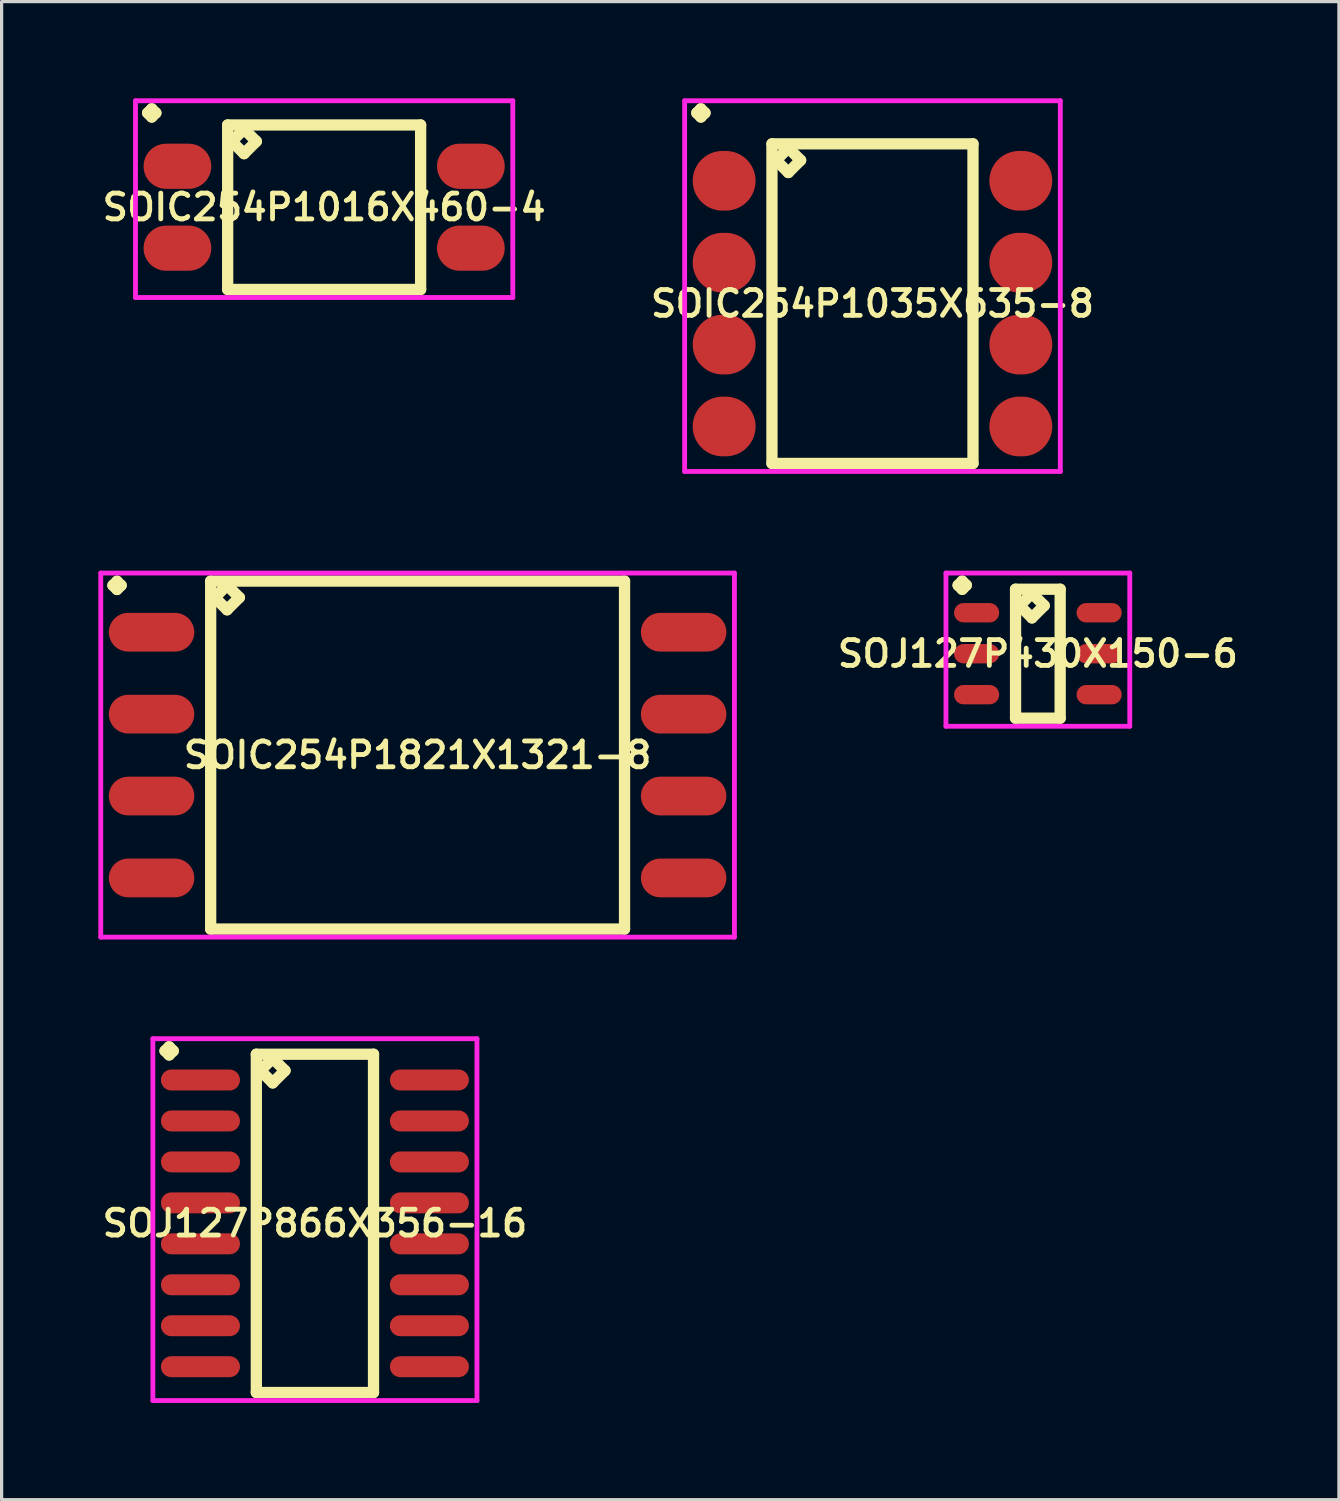
<source format=kicad_pcb>
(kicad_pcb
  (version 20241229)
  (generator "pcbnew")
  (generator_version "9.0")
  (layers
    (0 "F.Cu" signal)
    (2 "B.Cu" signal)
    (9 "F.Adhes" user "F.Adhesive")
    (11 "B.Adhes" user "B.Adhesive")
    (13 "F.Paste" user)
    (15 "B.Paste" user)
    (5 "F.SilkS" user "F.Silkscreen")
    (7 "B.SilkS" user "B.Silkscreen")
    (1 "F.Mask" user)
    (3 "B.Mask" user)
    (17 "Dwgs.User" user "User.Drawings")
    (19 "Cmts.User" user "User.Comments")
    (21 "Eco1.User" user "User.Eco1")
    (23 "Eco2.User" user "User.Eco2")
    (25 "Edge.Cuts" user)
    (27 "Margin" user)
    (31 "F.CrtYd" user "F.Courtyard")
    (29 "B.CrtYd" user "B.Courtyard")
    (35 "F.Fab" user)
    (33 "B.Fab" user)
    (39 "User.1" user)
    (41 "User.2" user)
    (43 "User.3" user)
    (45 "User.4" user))
  (footprint "SOIC254P1016X460-4"
    (layer "F.Cu")
    (at 7.002 3.376)
    (property "Reference" "SOIC254P1016X460-4" (at 0 0 0) (layer "F.SilkS") (effects (font (size 0.8 0.8) (thickness 0.15))))
    (attr smd)
    (fp_line (start -5.473 -2.924) (end -5.346 -3.051) (stroke (width 0.35) (type solid)) (layer "F.SilkS"))
    (fp_line (start -5.346 -3.051) (end -5.219 -2.924) (stroke (width 0.35) (type solid)) (layer "F.SilkS"))
    (fp_line (start -5.346 -2.797) (end -5.473 -2.924) (stroke (width 0.35) (type solid)) (layer "F.SilkS"))
    (fp_line (start -5.219 -2.924) (end -5.346 -2.797) (stroke (width 0.35) (type solid)) (layer "F.SilkS"))
    (fp_line (start -2.992 -2.55) (end -2.992 2.55) (stroke (width 0.35) (type solid)) (layer "F.SilkS"))
    (fp_line (start -2.992 2.55) (end 2.992 2.55) (stroke (width 0.35) (type solid)) (layer "F.SilkS"))
    (fp_line (start -2.865 -2.042) (end -2.484 -2.423) (stroke (width 0.35) (type solid)) (layer "F.SilkS"))
    (fp_line (start -2.484 -2.423) (end -2.103 -2.042) (stroke (width 0.35) (type solid)) (layer "F.SilkS"))
    (fp_line (start -2.484 -1.661) (end -2.865 -2.042) (stroke (width 0.35) (type solid)) (layer "F.SilkS"))
    (fp_line (start -2.103 -2.042) (end -2.484 -1.661) (stroke (width 0.35) (type solid)) (layer "F.SilkS"))
    (fp_line (start 2.992 -2.55) (end -2.992 -2.55) (stroke (width 0.35) (type solid)) (layer "F.SilkS"))
    (fp_line (start 2.992 2.55) (end 2.992 -2.55) (stroke (width 0.35) (type solid)) (layer "F.SilkS"))
    (fp_line (start -5.85 -3.301) (end 5.85 -3.301) (stroke (width 0.15) (type solid)) (layer "F.CrtYd"))
    (fp_line (start -5.85 2.8) (end -5.85 -3.301) (stroke (width 0.15) (type solid)) (layer "F.CrtYd"))
    (fp_line (start 5.85 -3.301) (end 5.85 2.8) (stroke (width 0.15) (type solid)) (layer "F.CrtYd"))
    (fp_line (start 5.85 2.8) (end -5.85 2.8) (stroke (width 0.15) (type solid)) (layer "F.CrtYd"))
    (pad "1" smd oval (at -4.55 -1.27) (size 2.1 1.4) (layers "F.Cu" "F.Mask" "F.Paste"))
    (pad "2" smd oval (at -4.55 1.27) (size 2.1 1.4) (layers "F.Cu" "F.Mask" "F.Paste"))
    (pad "3" smd oval (at 4.55 1.27) (size 2.1 1.4) (layers "F.Cu" "F.Mask" "F.Paste"))
    (pad "4" smd oval (at 4.55 -1.27) (size 2.1 1.4) (layers "F.Cu" "F.Mask" "F.Paste")))
  (footprint "SOJ127P430X150-6"
    (layer "F.Cu")
    (at 29.135 17.222)
    (property "Reference" "SOJ127P430X150-6" (at 0 0 0) (layer "F.SilkS") (effects (font (size 0.8 0.8) (thickness 0.15))))
    (attr smd)
    (fp_line (start -2.473 -2.124) (end -2.346 -2.251) (stroke (width 0.35) (type solid)) (layer "F.SilkS"))
    (fp_line (start -2.346 -2.251) (end -2.219 -2.124) (stroke (width 0.35) (type solid)) (layer "F.SilkS"))
    (fp_line (start -2.346 -1.997) (end -2.473 -2.124) (stroke (width 0.35) (type solid)) (layer "F.SilkS"))
    (fp_line (start -2.219 -2.124) (end -2.346 -1.997) (stroke (width 0.35) (type solid)) (layer "F.SilkS"))
    (fp_line (start -0.692 -2) (end -0.692 2) (stroke (width 0.35) (type solid)) (layer "F.SilkS"))
    (fp_line (start -0.692 2) (end 0.692 2) (stroke (width 0.35) (type solid)) (layer "F.SilkS"))
    (fp_line (start -0.565 -1.492) (end -0.184 -1.873) (stroke (width 0.35) (type solid)) (layer "F.SilkS"))
    (fp_line (start -0.184 -1.873) (end 0.197 -1.492) (stroke (width 0.35) (type solid)) (layer "F.SilkS"))
    (fp_line (start -0.184 -1.111) (end -0.565 -1.492) (stroke (width 0.35) (type solid)) (layer "F.SilkS"))
    (fp_line (start 0.197 -1.492) (end -0.184 -1.111) (stroke (width 0.35) (type solid)) (layer "F.SilkS"))
    (fp_line (start 0.692 -2) (end -0.692 -2) (stroke (width 0.35) (type solid)) (layer "F.SilkS"))
    (fp_line (start 0.692 2) (end 0.692 -2) (stroke (width 0.35) (type solid)) (layer "F.SilkS"))
    (fp_line (start -2.85 -2.501) (end 2.85 -2.501) (stroke (width 0.15) (type solid)) (layer "F.CrtYd"))
    (fp_line (start -2.85 2.25) (end -2.85 -2.501) (stroke (width 0.15) (type solid)) (layer "F.CrtYd"))
    (fp_line (start 2.85 -2.501) (end 2.85 2.25) (stroke (width 0.15) (type solid)) (layer "F.CrtYd"))
    (fp_line (start 2.85 2.25) (end -2.85 2.25) (stroke (width 0.15) (type solid)) (layer "F.CrtYd"))
    (pad "1" smd oval (at -1.9 -1.27) (size 1.4 0.6) (layers "F.Cu" "F.Mask" "F.Paste"))
    (pad "2" smd oval (at -1.9 0) (size 1.4 0.6) (layers "F.Cu" "F.Mask" "F.Paste"))
    (pad "3" smd oval (at -1.9 1.27) (size 1.4 0.6) (layers "F.Cu" "F.Mask" "F.Paste"))
    (pad "4" smd oval (at 1.9 1.27) (size 1.4 0.6) (layers "F.Cu" "F.Mask" "F.Paste"))
    (pad "5" smd oval (at 1.9 0) (size 1.4 0.6) (layers "F.Cu" "F.Mask" "F.Paste"))
    (pad "6" smd oval (at 1.9 -1.27) (size 1.4 0.6) (layers "F.Cu" "F.Mask" "F.Paste")))
  (footprint "SOIC254P1821X1321-8"
    (layer "F.Cu")
    (at 9.9 20.366)
    (property "Reference" "SOIC254P1821X1321-8" (at 0 0 0) (layer "F.SilkS") (effects (font (size 0.8 0.8) (thickness 0.15))))
    (attr smd)
    (fp_line (start -9.448 -5.264) (end -9.321 -5.391) (stroke (width 0.35) (type solid)) (layer "F.SilkS"))
    (fp_line (start -9.321 -5.391) (end -9.194 -5.264) (stroke (width 0.35) (type solid)) (layer "F.SilkS"))
    (fp_line (start -9.321 -5.137) (end -9.448 -5.264) (stroke (width 0.35) (type solid)) (layer "F.SilkS"))
    (fp_line (start -9.194 -5.264) (end -9.321 -5.137) (stroke (width 0.35) (type solid)) (layer "F.SilkS"))
    (fp_line (start -6.417 -5.395) (end -6.417 5.395) (stroke (width 0.35) (type solid)) (layer "F.SilkS"))
    (fp_line (start -6.417 5.395) (end 6.417 5.395) (stroke (width 0.35) (type solid)) (layer "F.SilkS"))
    (fp_line (start -6.29 -4.887) (end -5.909 -5.268) (stroke (width 0.35) (type solid)) (layer "F.SilkS"))
    (fp_line (start -5.909 -5.268) (end -5.528 -4.887) (stroke (width 0.35) (type solid)) (layer "F.SilkS"))
    (fp_line (start -5.909 -4.506) (end -6.29 -4.887) (stroke (width 0.35) (type solid)) (layer "F.SilkS"))
    (fp_line (start -5.528 -4.887) (end -5.909 -4.506) (stroke (width 0.35) (type solid)) (layer "F.SilkS"))
    (fp_line (start 6.417 -5.395) (end -6.417 -5.395) (stroke (width 0.35) (type solid)) (layer "F.SilkS"))
    (fp_line (start 6.417 5.395) (end 6.417 -5.395) (stroke (width 0.35) (type solid)) (layer "F.SilkS"))
    (fp_line (start -9.825 -5.645) (end 9.825 -5.645) (stroke (width 0.15) (type solid)) (layer "F.CrtYd"))
    (fp_line (start -9.825 5.645) (end -9.825 -5.645) (stroke (width 0.15) (type solid)) (layer "F.CrtYd"))
    (fp_line (start 9.825 -5.645) (end 9.825 5.645) (stroke (width 0.15) (type solid)) (layer "F.CrtYd"))
    (fp_line (start 9.825 5.645) (end -9.825 5.645) (stroke (width 0.15) (type solid)) (layer "F.CrtYd"))
    (pad "1" smd oval (at -8.25 -3.81) (size 2.65 1.2) (layers "F.Cu" "F.Mask" "F.Paste"))
    (pad "2" smd oval (at -8.25 -1.27) (size 2.65 1.2) (layers "F.Cu" "F.Mask" "F.Paste"))
    (pad "3" smd oval (at -8.25 1.27) (size 2.65 1.2) (layers "F.Cu" "F.Mask" "F.Paste"))
    (pad "4" smd oval (at -8.25 3.81) (size 2.65 1.2) (layers "F.Cu" "F.Mask" "F.Paste"))
    (pad "5" smd oval (at 8.25 3.81) (size 2.65 1.2) (layers "F.Cu" "F.Mask" "F.Paste"))
    (pad "6" smd oval (at 8.25 1.27) (size 2.65 1.2) (layers "F.Cu" "F.Mask" "F.Paste"))
    (pad "7" smd oval (at 8.25 -1.27) (size 2.65 1.2) (layers "F.Cu" "F.Mask" "F.Paste"))
    (pad "8" smd oval (at 8.25 -3.81) (size 2.65 1.2) (layers "F.Cu" "F.Mask" "F.Paste")))
  (footprint "SOJ127P866X356-16"
    (layer "F.Cu")
    (at 6.716 34.887)
    (property "Reference" "SOJ127P866X356-16" (at 0 0 0) (layer "F.SilkS") (effects (font (size 0.8 0.8) (thickness 0.15))))
    (attr smd)
    (fp_line (start -4.648 -5.349) (end -4.521 -5.476) (stroke (width 0.35) (type solid)) (layer "F.SilkS"))
    (fp_line (start -4.521 -5.476) (end -4.394 -5.349) (stroke (width 0.35) (type solid)) (layer "F.SilkS"))
    (fp_line (start -4.521 -5.222) (end -4.648 -5.349) (stroke (width 0.35) (type solid)) (layer "F.SilkS"))
    (fp_line (start -4.394 -5.349) (end -4.521 -5.222) (stroke (width 0.35) (type solid)) (layer "F.SilkS"))
    (fp_line (start -1.817 -5.245) (end -1.817 5.245) (stroke (width 0.35) (type solid)) (layer "F.SilkS"))
    (fp_line (start -1.817 5.245) (end 1.817 5.245) (stroke (width 0.35) (type solid)) (layer "F.SilkS"))
    (fp_line (start -1.69 -4.737) (end -1.309 -5.118) (stroke (width 0.35) (type solid)) (layer "F.SilkS"))
    (fp_line (start -1.309 -5.118) (end -0.928 -4.737) (stroke (width 0.35) (type solid)) (layer "F.SilkS"))
    (fp_line (start -1.309 -4.356) (end -1.69 -4.737) (stroke (width 0.35) (type solid)) (layer "F.SilkS"))
    (fp_line (start -0.928 -4.737) (end -1.309 -4.356) (stroke (width 0.35) (type solid)) (layer "F.SilkS"))
    (fp_line (start 1.817 -5.245) (end -1.817 -5.245) (stroke (width 0.35) (type solid)) (layer "F.SilkS"))
    (fp_line (start 1.817 5.245) (end 1.817 -5.245) (stroke (width 0.35) (type solid)) (layer "F.SilkS"))
    (fp_line (start -5.025 -5.726) (end 5.025 -5.726) (stroke (width 0.15) (type solid)) (layer "F.CrtYd"))
    (fp_line (start -5.025 5.495) (end -5.025 -5.726) (stroke (width 0.15) (type solid)) (layer "F.CrtYd"))
    (fp_line (start 5.025 -5.726) (end 5.025 5.495) (stroke (width 0.15) (type solid)) (layer "F.CrtYd"))
    (fp_line (start 5.025 5.495) (end -5.025 5.495) (stroke (width 0.15) (type solid)) (layer "F.CrtYd"))
    (pad "1" smd oval (at -3.55 -4.445) (size 2.45 0.65) (layers "F.Cu" "F.Mask" "F.Paste"))
    (pad "2" smd oval (at -3.55 -3.175) (size 2.45 0.65) (layers "F.Cu" "F.Mask" "F.Paste"))
    (pad "3" smd oval (at -3.55 -1.905) (size 2.45 0.65) (layers "F.Cu" "F.Mask" "F.Paste"))
    (pad "4" smd oval (at -3.55 -0.635) (size 2.45 0.65) (layers "F.Cu" "F.Mask" "F.Paste"))
    (pad "5" smd oval (at -3.55 0.635) (size 2.45 0.65) (layers "F.Cu" "F.Mask" "F.Paste"))
    (pad "6" smd oval (at -3.55 1.905) (size 2.45 0.65) (layers "F.Cu" "F.Mask" "F.Paste"))
    (pad "7" smd oval (at -3.55 3.175) (size 2.45 0.65) (layers "F.Cu" "F.Mask" "F.Paste"))
    (pad "8" smd oval (at -3.55 4.445) (size 2.45 0.65) (layers "F.Cu" "F.Mask" "F.Paste"))
    (pad "9" smd oval (at 3.55 4.445) (size 2.45 0.65) (layers "F.Cu" "F.Mask" "F.Paste"))
    (pad "10" smd oval (at 3.55 3.175) (size 2.45 0.65) (layers "F.Cu" "F.Mask" "F.Paste"))
    (pad "11" smd oval (at 3.55 1.905) (size 2.45 0.65) (layers "F.Cu" "F.Mask" "F.Paste"))
    (pad "12" smd oval (at 3.55 0.635) (size 2.45 0.65) (layers "F.Cu" "F.Mask" "F.Paste"))
    (pad "13" smd oval (at 3.55 -0.635) (size 2.45 0.65) (layers "F.Cu" "F.Mask" "F.Paste"))
    (pad "14" smd oval (at 3.55 -1.905) (size 2.45 0.65) (layers "F.Cu" "F.Mask" "F.Paste"))
    (pad "15" smd oval (at 3.55 -3.175) (size 2.45 0.65) (layers "F.Cu" "F.Mask" "F.Paste"))
    (pad "16" smd oval (at 3.55 -4.445) (size 2.45 0.65) (layers "F.Cu" "F.Mask" "F.Paste")))
  (footprint "SOIC254P1035X635-8"
    (layer "F.Cu")
    (at 24.006 6.366)
    (property "Reference" "SOIC254P1035X635-8" (at 0 0 0) (layer "F.SilkS") (effects (font (size 0.8 0.8) (thickness 0.15))))
    (attr smd)
    (fp_line (start -5.448 -5.914) (end -5.321 -6.041) (stroke (width 0.35) (type solid)) (layer "F.SilkS"))
    (fp_line (start -5.321 -6.041) (end -5.194 -5.914) (stroke (width 0.35) (type solid)) (layer "F.SilkS"))
    (fp_line (start -5.321 -5.787) (end -5.448 -5.914) (stroke (width 0.35) (type solid)) (layer "F.SilkS"))
    (fp_line (start -5.194 -5.914) (end -5.321 -5.787) (stroke (width 0.35) (type solid)) (layer "F.SilkS"))
    (fp_line (start -3.117 -4.955) (end -3.117 4.955) (stroke (width 0.35) (type solid)) (layer "F.SilkS"))
    (fp_line (start -3.117 4.955) (end 3.117 4.955) (stroke (width 0.35) (type solid)) (layer "F.SilkS"))
    (fp_line (start -2.99 -4.447) (end -2.609 -4.828) (stroke (width 0.35) (type solid)) (layer "F.SilkS"))
    (fp_line (start -2.609 -4.828) (end -2.228 -4.447) (stroke (width 0.35) (type solid)) (layer "F.SilkS"))
    (fp_line (start -2.609 -4.066) (end -2.99 -4.447) (stroke (width 0.35) (type solid)) (layer "F.SilkS"))
    (fp_line (start -2.228 -4.447) (end -2.609 -4.066) (stroke (width 0.35) (type solid)) (layer "F.SilkS"))
    (fp_line (start 3.117 -4.955) (end -3.117 -4.955) (stroke (width 0.35) (type solid)) (layer "F.SilkS"))
    (fp_line (start 3.117 4.955) (end 3.117 -4.955) (stroke (width 0.35) (type solid)) (layer "F.SilkS"))
    (fp_line (start -5.825 -6.291) (end 5.825 -6.291) (stroke (width 0.15) (type solid)) (layer "F.CrtYd"))
    (fp_line (start -5.825 5.205) (end -5.825 -6.291) (stroke (width 0.15) (type solid)) (layer "F.CrtYd"))
    (fp_line (start 5.825 -6.291) (end 5.825 5.205) (stroke (width 0.15) (type solid)) (layer "F.CrtYd"))
    (fp_line (start 5.825 5.205) (end -5.825 5.205) (stroke (width 0.15) (type solid)) (layer "F.CrtYd"))
    (pad "1" smd oval (at -4.6 -3.81) (size 1.95 1.85) (layers "F.Cu" "F.Mask" "F.Paste"))
    (pad "2" smd oval (at -4.6 -1.27) (size 1.95 1.85) (layers "F.Cu" "F.Mask" "F.Paste"))
    (pad "3" smd oval (at -4.6 1.27) (size 1.95 1.85) (layers "F.Cu" "F.Mask" "F.Paste"))
    (pad "4" smd oval (at -4.6 3.81) (size 1.95 1.85) (layers "F.Cu" "F.Mask" "F.Paste"))
    (pad "5" smd oval (at 4.6 3.81) (size 1.95 1.85) (layers "F.Cu" "F.Mask" "F.Paste"))
    (pad "6" smd oval (at 4.6 1.27) (size 1.95 1.85) (layers "F.Cu" "F.Mask" "F.Paste"))
    (pad "7" smd oval (at 4.6 -1.27) (size 1.95 1.85) (layers "F.Cu" "F.Mask" "F.Paste"))
    (pad "8" smd oval (at 4.6 -3.81) (size 1.95 1.85) (layers "F.Cu" "F.Mask" "F.Paste")))
  (gr_rect
    (start -3 -3)
    (end 38.471 43.457)
    (stroke (width 0.1) (type default))
    (fill no)
    (layer "Edge.Cuts")))
</source>
